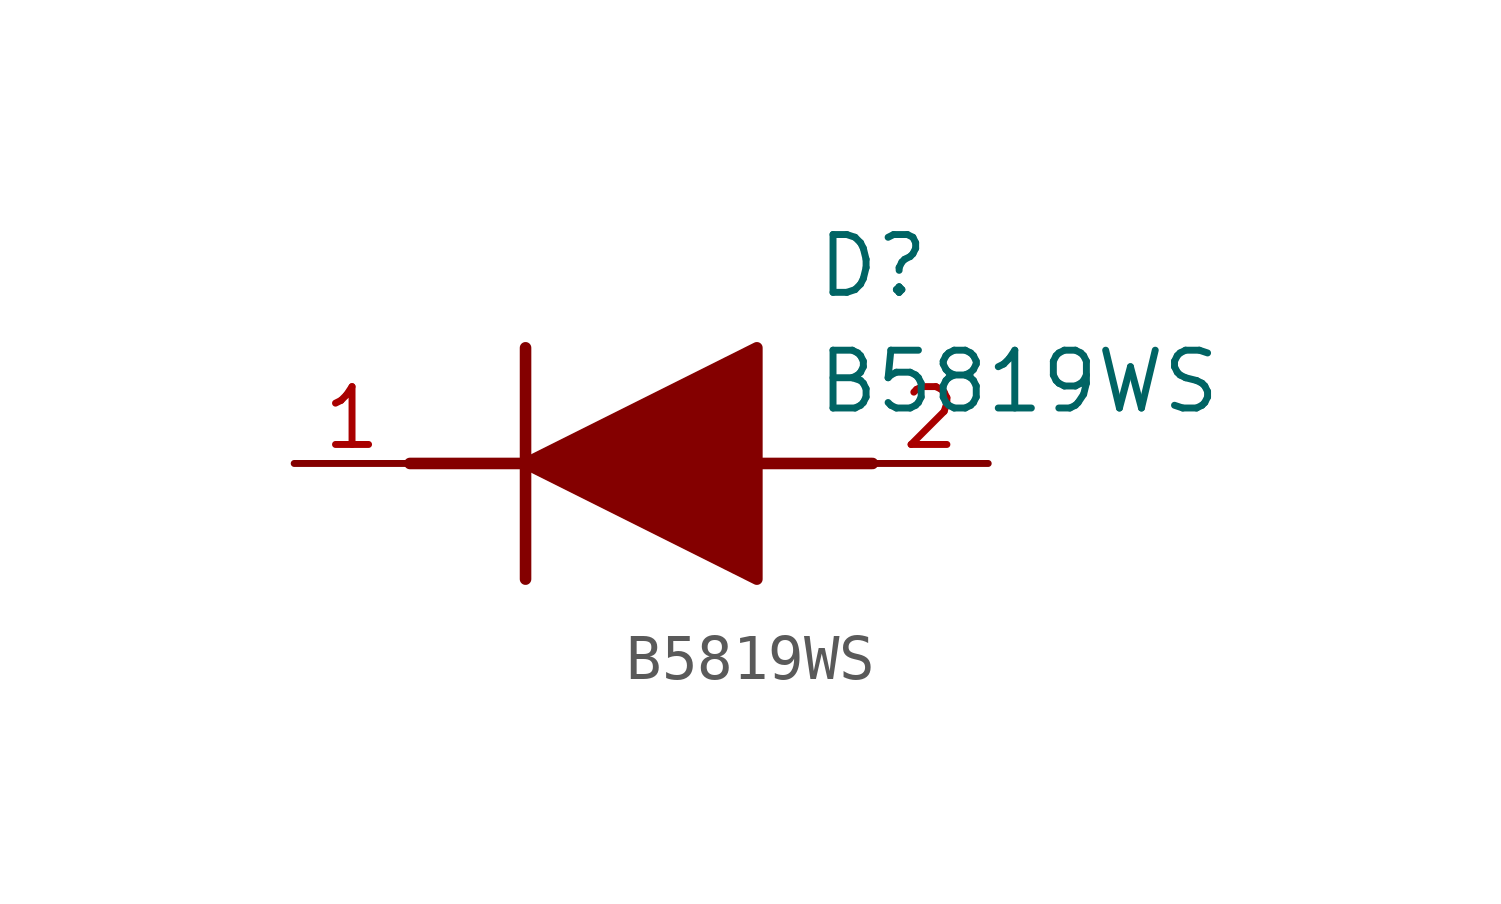
<source format=kicad_sym>
(kicad_symbol_lib
  (version 20211014)
  (generator SamacSys_ECAD_Model)
  (symbol "B5819WS"
    (pin_names hide)
    (property "Reference" "D"
      (at 11.43 5.08 0)
      (effects (font (size 1.27 1.27)) (justify left top)))
    (property "Value" "B5819WS"
      (at 11.43 2.54 0)
      (effects (font (size 1.27 1.27)) (justify left top)))
    (polyline
      (pts (xy 5.08 2.54) (xy 5.08 -2.54))
      (stroke (width 0.254) (type default))
      (fill (type none)))
    (polyline
      (pts (xy 2.54 0) (xy 5.08 0))
      (stroke (width 0.254) (type default))
      (fill (type none)))
    (polyline
      (pts (xy 10.16 0) (xy 12.7 0))
      (stroke (width 0.254) (type default))
      (fill (type none)))
    (polyline
      (pts (xy 5.08 0) (xy 10.16 2.54) (xy 10.16 -2.54) (xy 5.08 0))
      (stroke (width 0.254) (type default))
      (fill (type outline)))
    (pin power_in line
      (at 0 0 0)
      (length 2.54)
      (name "K" (effects (font (size 1.27 1.27))))
      (number "1" (effects (font (size 1.27 1.27)))))
    (pin power_in line
      (at 15.24 0 180)
      (length 2.54)
      (name "A" (effects (font (size 1.27 1.27))))
      (number "2" (effects (font (size 1.27 1.27)))))))
</source>
